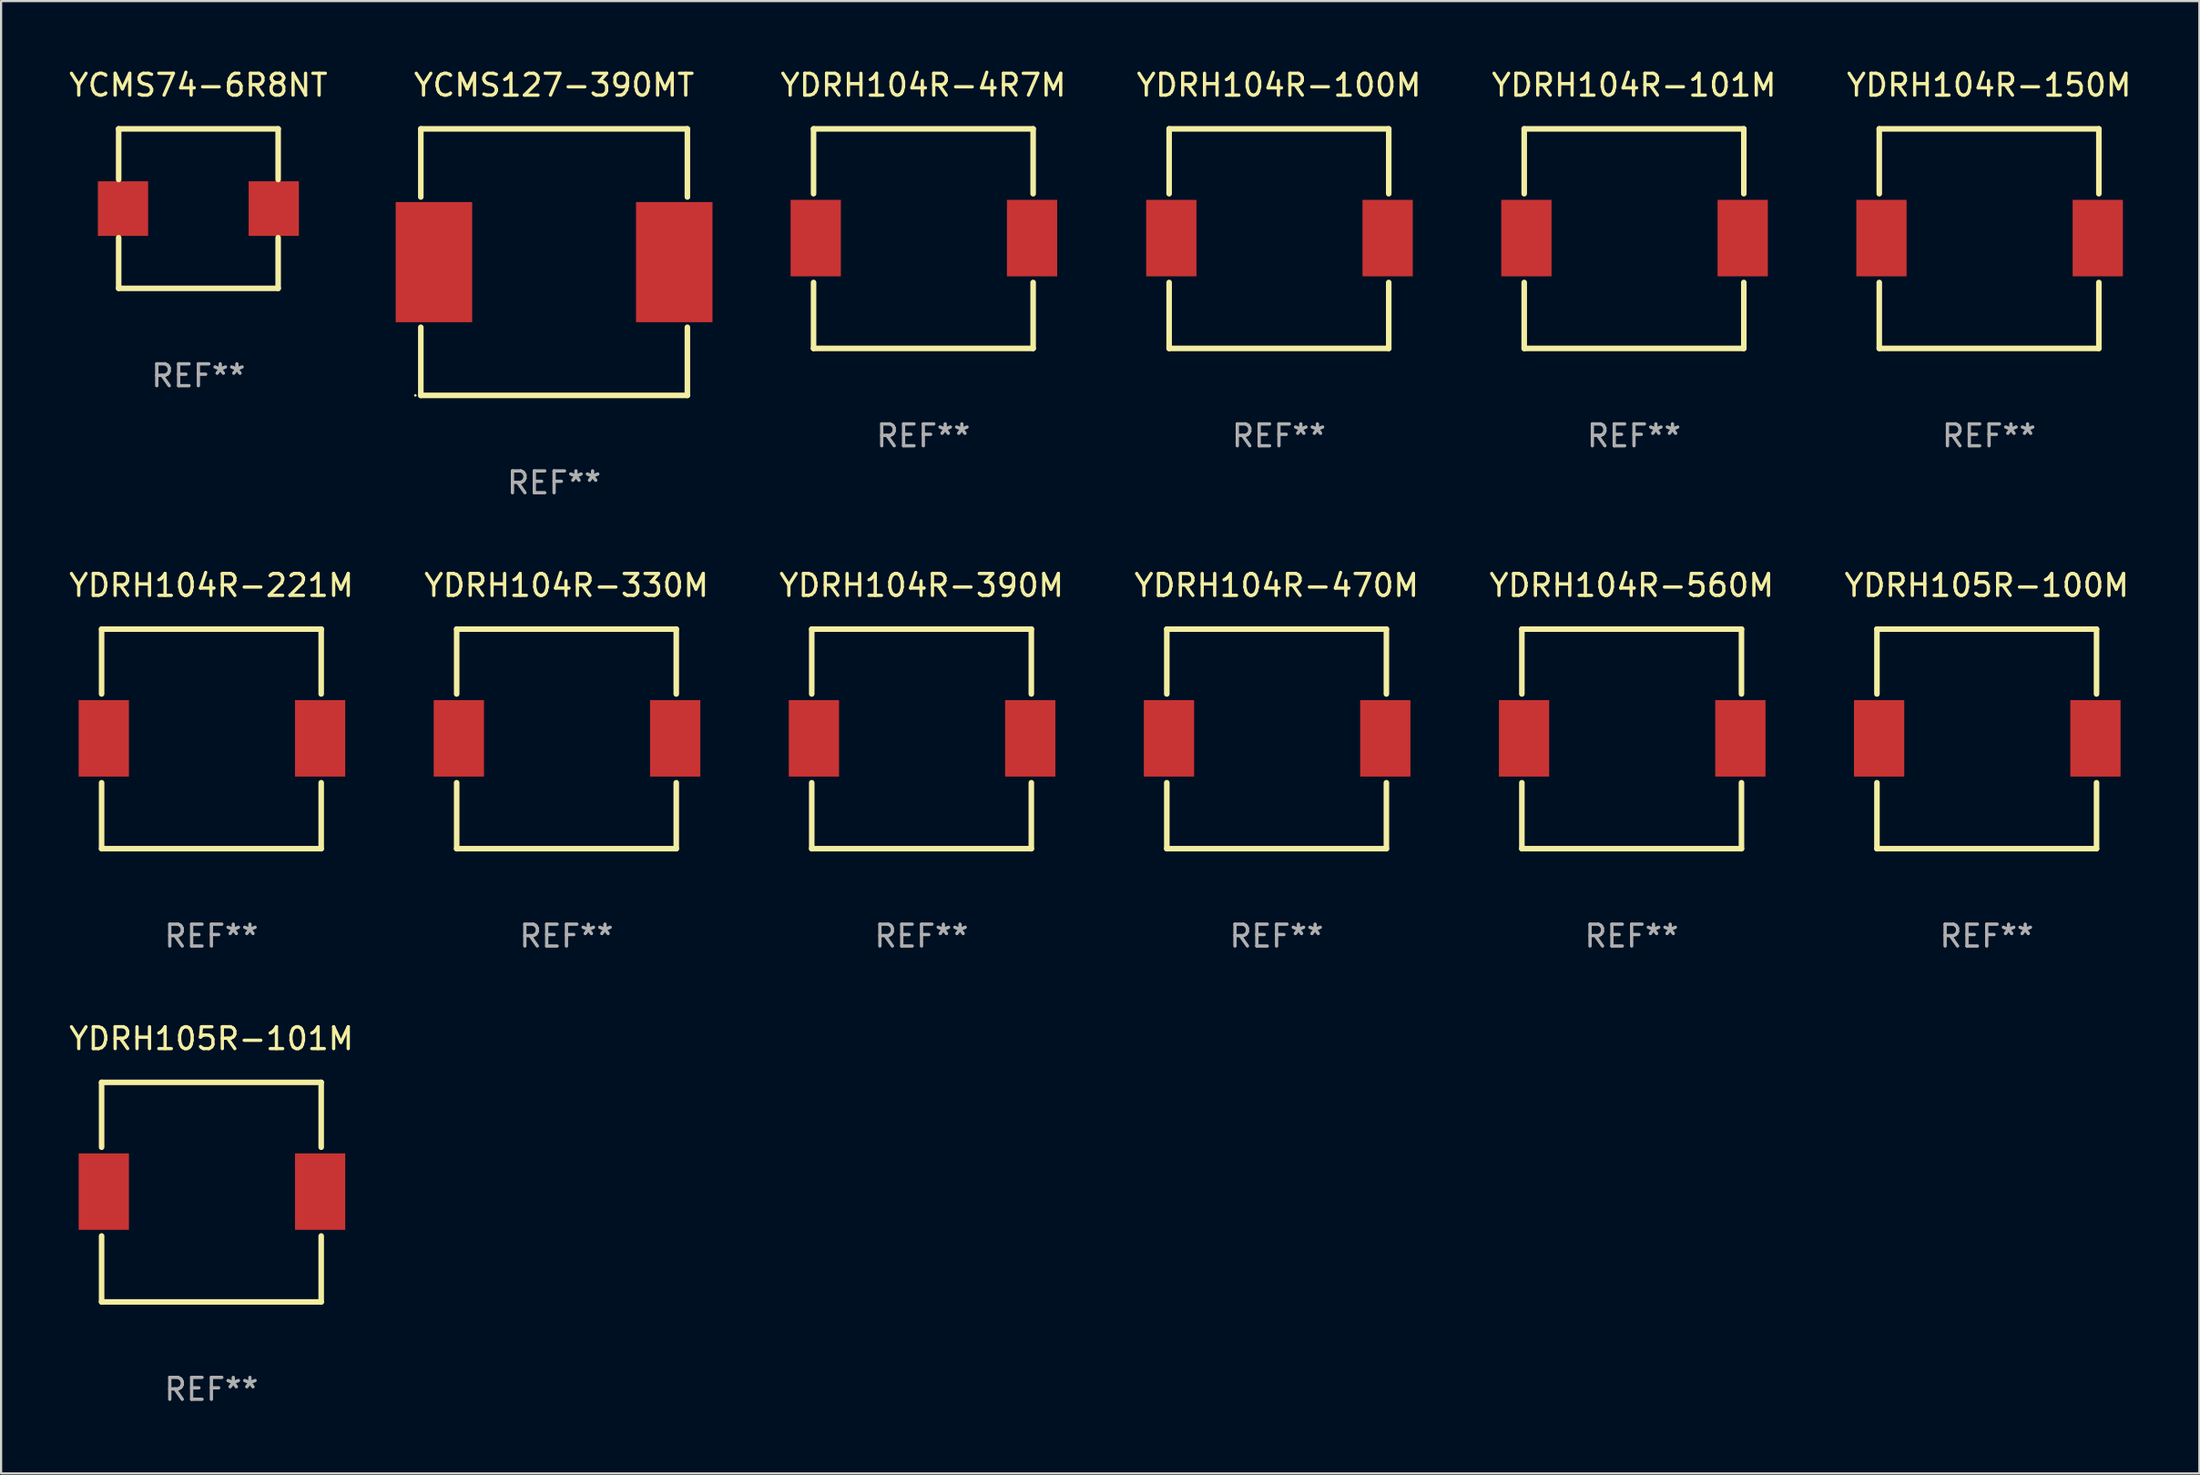
<source format=kicad_pcb>
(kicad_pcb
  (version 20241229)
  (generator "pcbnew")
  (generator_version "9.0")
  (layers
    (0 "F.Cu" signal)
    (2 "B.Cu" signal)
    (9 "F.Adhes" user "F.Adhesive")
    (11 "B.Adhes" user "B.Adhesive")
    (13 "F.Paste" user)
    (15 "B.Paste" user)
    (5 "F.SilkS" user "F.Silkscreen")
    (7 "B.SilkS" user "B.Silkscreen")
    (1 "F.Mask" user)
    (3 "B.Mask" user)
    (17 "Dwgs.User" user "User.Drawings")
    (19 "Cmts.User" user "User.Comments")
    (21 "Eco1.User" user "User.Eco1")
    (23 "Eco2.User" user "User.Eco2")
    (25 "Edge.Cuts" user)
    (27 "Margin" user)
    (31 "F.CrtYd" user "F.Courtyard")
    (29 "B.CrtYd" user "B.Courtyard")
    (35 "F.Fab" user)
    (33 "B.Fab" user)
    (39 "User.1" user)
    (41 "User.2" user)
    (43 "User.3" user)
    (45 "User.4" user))
  (footprint "YDRH104R-390M"
    (layer "F.Cu")
    (at 39.125 30.77)
    (property "Reference" "YDRH104R-390M" (at 0 -7.025 0) (layer "F.SilkS") (effects (font (size 1 1) (thickness 0.15))))
    (attr through_hole)
    (fp_line (start -5.025 -5.025) (end 5.025 -5.025) (stroke (width 0.254) (type solid)) (layer "F.SilkS"))
    (fp_line (start -5.025 -2.056) (end -5.025 -5.025) (stroke (width 0.254) (type solid)) (layer "F.SilkS"))
    (fp_line (start -5.025 5.025) (end -5.025 2.006) (stroke (width 0.254) (type solid)) (layer "F.SilkS"))
    (fp_line (start 5.025 -5.025) (end 5.025 -2.056) (stroke (width 0.254) (type solid)) (layer "F.SilkS"))
    (fp_line (start 5.025 2.006) (end 5.025 5.025) (stroke (width 0.254) (type solid)) (layer "F.SilkS"))
    (fp_line (start 5.025 5.025) (end -5.025 5.025) (stroke (width 0.254) (type solid)) (layer "F.SilkS"))
    (fp_circle (center -4.975 4.975) (end -4.945 4.975) (stroke (width 0.06) (type solid)) (fill no) (layer "F.SilkS"))
    (fp_text user "REF**" (at 0 9.025 0) (layer "F.Fab") (effects (font (size 1 1) (thickness 0.15))))
    (pad "1" smd rect (at -4.925 -0.025) (size 2.3 3.5) (layers "F.Cu" "F.Mask" "F.Paste"))
    (pad "2" smd rect (at 4.975 -0.025) (size 2.3 3.5) (layers "F.Cu" "F.Mask" "F.Paste")))
  (footprint "YDRH104R-101M"
    (layer "F.Cu")
    (at 71.732 7.873)
    (property "Reference" "YDRH104R-101M" (at 0 -7.025 0) (layer "F.SilkS") (effects (font (size 1 1) (thickness 0.15))))
    (attr through_hole)
    (fp_line (start -5.025 -5.025) (end 5.025 -5.025) (stroke (width 0.254) (type solid)) (layer "F.SilkS"))
    (fp_line (start -5.025 -2.056) (end -5.025 -5.025) (stroke (width 0.254) (type solid)) (layer "F.SilkS"))
    (fp_line (start -5.025 5.025) (end -5.025 2.006) (stroke (width 0.254) (type solid)) (layer "F.SilkS"))
    (fp_line (start 5.025 -5.025) (end 5.025 -2.056) (stroke (width 0.254) (type solid)) (layer "F.SilkS"))
    (fp_line (start 5.025 2.006) (end 5.025 5.025) (stroke (width 0.254) (type solid)) (layer "F.SilkS"))
    (fp_line (start 5.025 5.025) (end -5.025 5.025) (stroke (width 0.254) (type solid)) (layer "F.SilkS"))
    (fp_circle (center -4.975 4.975) (end -4.945 4.975) (stroke (width 0.06) (type solid)) (fill no) (layer "F.SilkS"))
    (fp_text user "REF**" (at 0 9.025 0) (layer "F.Fab") (effects (font (size 1 1) (thickness 0.15))))
    (pad "1" smd rect (at -4.925 -0.025) (size 2.3 3.5) (layers "F.Cu" "F.Mask" "F.Paste"))
    (pad "2" smd rect (at 4.975 -0.025) (size 2.3 3.5) (layers "F.Cu" "F.Mask" "F.Paste")))
  (footprint "YDRH104R-150M"
    (layer "F.Cu")
    (at 87.982 7.873)
    (property "Reference" "YDRH104R-150M" (at 0 -7.025 0) (layer "F.SilkS") (effects (font (size 1 1) (thickness 0.15))))
    (attr through_hole)
    (fp_line (start -5.025 -5.025) (end 5.025 -5.025) (stroke (width 0.254) (type solid)) (layer "F.SilkS"))
    (fp_line (start -5.025 -2.056) (end -5.025 -5.025) (stroke (width 0.254) (type solid)) (layer "F.SilkS"))
    (fp_line (start -5.025 5.025) (end -5.025 2.006) (stroke (width 0.254) (type solid)) (layer "F.SilkS"))
    (fp_line (start 5.025 -5.025) (end 5.025 -2.056) (stroke (width 0.254) (type solid)) (layer "F.SilkS"))
    (fp_line (start 5.025 2.006) (end 5.025 5.025) (stroke (width 0.254) (type solid)) (layer "F.SilkS"))
    (fp_line (start 5.025 5.025) (end -5.025 5.025) (stroke (width 0.254) (type solid)) (layer "F.SilkS"))
    (fp_circle (center -4.975 4.975) (end -4.945 4.975) (stroke (width 0.06) (type solid)) (fill no) (layer "F.SilkS"))
    (fp_text user "REF**" (at 0 9.025 0) (layer "F.Fab") (effects (font (size 1 1) (thickness 0.15))))
    (pad "1" smd rect (at -4.925 -0.025) (size 2.3 3.5) (layers "F.Cu" "F.Mask" "F.Paste"))
    (pad "2" smd rect (at 4.975 -0.025) (size 2.3 3.5) (layers "F.Cu" "F.Mask" "F.Paste")))
  (footprint "YCMS74-6R8NT"
    (layer "F.Cu")
    (at 6.03 6.498)
    (property "Reference" "YCMS74-6R8NT" (at 0 -5.65 0) (layer "F.SilkS") (effects (font (size 1 1) (thickness 0.15))))
    (attr through_hole)
    (fp_line (start -3.65 -3.65) (end 3.65 -3.65) (stroke (width 0.254) (type solid)) (layer "F.SilkS"))
    (fp_line (start -3.65 -1.331) (end -3.65 -3.65) (stroke (width 0.254) (type solid)) (layer "F.SilkS"))
    (fp_line (start -3.65 3.65) (end -3.65 1.331) (stroke (width 0.254) (type solid)) (layer "F.SilkS"))
    (fp_line (start 3.65 -3.65) (end 3.65 -1.331) (stroke (width 0.254) (type solid)) (layer "F.SilkS"))
    (fp_line (start 3.65 1.331) (end 3.65 3.65) (stroke (width 0.254) (type solid)) (layer "F.SilkS"))
    (fp_line (start 3.65 3.65) (end -3.65 3.65) (stroke (width 0.254) (type solid)) (layer "F.SilkS"))
    (fp_circle (center -3.65 3.65) (end -3.62 3.65) (stroke (width 0.06) (type solid)) (fill no) (layer "F.SilkS"))
    (fp_text user "REF**" (at 0 7.65 0) (layer "F.Fab") (effects (font (size 1 1) (thickness 0.15))))
    (pad "1" smd rect (at -3.45 0) (size 2.3 2.5) (layers "F.Cu" "F.Mask" "F.Paste"))
    (pad "2" smd rect (at 3.45 0) (size 2.3 2.5) (layers "F.Cu" "F.Mask" "F.Paste")))
  (footprint "YCMS127-390MT"
    (layer "F.Cu")
    (at 22.309 8.948)
    (property "Reference" "YCMS127-390MT" (at 0 -8.1 0) (layer "F.SilkS") (effects (font (size 1 1) (thickness 0.15))))
    (attr through_hole)
    (fp_line (start -6.1 -6.1) (end 6.1 -6.1) (stroke (width 0.254) (type solid)) (layer "F.SilkS"))
    (fp_line (start -6.1 -2.981) (end -6.1 -6.1) (stroke (width 0.254) (type solid)) (layer "F.SilkS"))
    (fp_line (start -6.1 6.1) (end -6.1 2.981) (stroke (width 0.254) (type solid)) (layer "F.SilkS"))
    (fp_line (start -6.1 6.1) (end 6.1 6.1) (stroke (width 0.254) (type solid)) (layer "F.SilkS"))
    (fp_line (start 6.1 -6.1) (end 6.1 -2.981) (stroke (width 0.254) (type solid)) (layer "F.SilkS"))
    (fp_line (start 6.1 2.981) (end 6.1 6.1) (stroke (width 0.254) (type solid)) (layer "F.SilkS"))
    (fp_circle (center -6.35 6.1) (end -6.32 6.1) (stroke (width 0.06) (type solid)) (fill no) (layer "F.SilkS"))
    (fp_text user "REF**" (at 0 10.1 0) (layer "F.Fab") (effects (font (size 1 1) (thickness 0.15))))
    (pad "1" smd rect (at -5.5 0 90) (size 5.5 3.5) (layers "F.Cu" "F.Mask" "F.Paste"))
    (pad "2" smd rect (at 5.5 0 90) (size 5.5 3.5) (layers "F.Cu" "F.Mask" "F.Paste")))
  (footprint "YDRH105R-100M"
    (layer "F.Cu")
    (at 87.875 30.77)
    (property "Reference" "YDRH105R-100M" (at 0 -7.025 0) (layer "F.SilkS") (effects (font (size 1 1) (thickness 0.15))))
    (attr through_hole)
    (fp_line (start -5.025 -5.025) (end 5.025 -5.025) (stroke (width 0.254) (type solid)) (layer "F.SilkS"))
    (fp_line (start -5.025 -2.056) (end -5.025 -5.025) (stroke (width 0.254) (type solid)) (layer "F.SilkS"))
    (fp_line (start -5.025 5.025) (end -5.025 2.006) (stroke (width 0.254) (type solid)) (layer "F.SilkS"))
    (fp_line (start 5.025 -5.025) (end 5.025 -2.056) (stroke (width 0.254) (type solid)) (layer "F.SilkS"))
    (fp_line (start 5.025 2.006) (end 5.025 5.025) (stroke (width 0.254) (type solid)) (layer "F.SilkS"))
    (fp_line (start 5.025 5.025) (end -5.025 5.025) (stroke (width 0.254) (type solid)) (layer "F.SilkS"))
    (fp_circle (center -4.975 4.975) (end -4.945 4.975) (stroke (width 0.06) (type solid)) (fill no) (layer "F.SilkS"))
    (fp_text user "REF**" (at 0 9.025 0) (layer "F.Fab") (effects (font (size 1 1) (thickness 0.15))))
    (pad "1" smd rect (at -4.925 -0.025) (size 2.3 3.5) (layers "F.Cu" "F.Mask" "F.Paste"))
    (pad "2" smd rect (at 4.975 -0.025) (size 2.3 3.5) (layers "F.Cu" "F.Mask" "F.Paste")))
  (footprint "YDRH104R-470M"
    (layer "F.Cu")
    (at 55.375 30.77)
    (property "Reference" "YDRH104R-470M" (at 0 -7.025 0) (layer "F.SilkS") (effects (font (size 1 1) (thickness 0.15))))
    (attr through_hole)
    (fp_line (start -5.025 -5.025) (end 5.025 -5.025) (stroke (width 0.254) (type solid)) (layer "F.SilkS"))
    (fp_line (start -5.025 -2.056) (end -5.025 -5.025) (stroke (width 0.254) (type solid)) (layer "F.SilkS"))
    (fp_line (start -5.025 5.025) (end -5.025 2.006) (stroke (width 0.254) (type solid)) (layer "F.SilkS"))
    (fp_line (start 5.025 -5.025) (end 5.025 -2.056) (stroke (width 0.254) (type solid)) (layer "F.SilkS"))
    (fp_line (start 5.025 2.006) (end 5.025 5.025) (stroke (width 0.254) (type solid)) (layer "F.SilkS"))
    (fp_line (start 5.025 5.025) (end -5.025 5.025) (stroke (width 0.254) (type solid)) (layer "F.SilkS"))
    (fp_circle (center -4.975 4.975) (end -4.945 4.975) (stroke (width 0.06) (type solid)) (fill no) (layer "F.SilkS"))
    (fp_text user "REF**" (at 0 9.025 0) (layer "F.Fab") (effects (font (size 1 1) (thickness 0.15))))
    (pad "1" smd rect (at -4.925 -0.025) (size 2.3 3.5) (layers "F.Cu" "F.Mask" "F.Paste"))
    (pad "2" smd rect (at 4.975 -0.025) (size 2.3 3.5) (layers "F.Cu" "F.Mask" "F.Paste")))
  (footprint "YDRH105R-101M"
    (layer "F.Cu")
    (at 6.625 51.516)
    (property "Reference" "YDRH105R-101M" (at 0 -7.025 0) (layer "F.SilkS") (effects (font (size 1 1) (thickness 0.15))))
    (attr through_hole)
    (fp_line (start -5.025 -5.025) (end 5.025 -5.025) (stroke (width 0.254) (type solid)) (layer "F.SilkS"))
    (fp_line (start -5.025 -2.056) (end -5.025 -5.025) (stroke (width 0.254) (type solid)) (layer "F.SilkS"))
    (fp_line (start -5.025 5.025) (end -5.025 2.006) (stroke (width 0.254) (type solid)) (layer "F.SilkS"))
    (fp_line (start 5.025 -5.025) (end 5.025 -2.056) (stroke (width 0.254) (type solid)) (layer "F.SilkS"))
    (fp_line (start 5.025 2.006) (end 5.025 5.025) (stroke (width 0.254) (type solid)) (layer "F.SilkS"))
    (fp_line (start 5.025 5.025) (end -5.025 5.025) (stroke (width 0.254) (type solid)) (layer "F.SilkS"))
    (fp_circle (center -4.975 4.975) (end -4.945 4.975) (stroke (width 0.06) (type solid)) (fill no) (layer "F.SilkS"))
    (fp_text user "REF**" (at 0 9.025 0) (layer "F.Fab") (effects (font (size 1 1) (thickness 0.15))))
    (pad "1" smd rect (at -4.925 -0.025) (size 2.3 3.5) (layers "F.Cu" "F.Mask" "F.Paste"))
    (pad "2" smd rect (at 4.975 -0.025) (size 2.3 3.5) (layers "F.Cu" "F.Mask" "F.Paste")))
  (footprint "YDRH104R-330M"
    (layer "F.Cu")
    (at 22.875 30.77)
    (property "Reference" "YDRH104R-330M" (at 0 -7.025 0) (layer "F.SilkS") (effects (font (size 1 1) (thickness 0.15))))
    (attr through_hole)
    (fp_line (start -5.025 -5.025) (end 5.025 -5.025) (stroke (width 0.254) (type solid)) (layer "F.SilkS"))
    (fp_line (start -5.025 -2.056) (end -5.025 -5.025) (stroke (width 0.254) (type solid)) (layer "F.SilkS"))
    (fp_line (start -5.025 5.025) (end -5.025 2.006) (stroke (width 0.254) (type solid)) (layer "F.SilkS"))
    (fp_line (start 5.025 -5.025) (end 5.025 -2.056) (stroke (width 0.254) (type solid)) (layer "F.SilkS"))
    (fp_line (start 5.025 2.006) (end 5.025 5.025) (stroke (width 0.254) (type solid)) (layer "F.SilkS"))
    (fp_line (start 5.025 5.025) (end -5.025 5.025) (stroke (width 0.254) (type solid)) (layer "F.SilkS"))
    (fp_circle (center -4.975 4.975) (end -4.945 4.975) (stroke (width 0.06) (type solid)) (fill no) (layer "F.SilkS"))
    (fp_text user "REF**" (at 0 9.025 0) (layer "F.Fab") (effects (font (size 1 1) (thickness 0.15))))
    (pad "1" smd rect (at -4.925 -0.025) (size 2.3 3.5) (layers "F.Cu" "F.Mask" "F.Paste"))
    (pad "2" smd rect (at 4.975 -0.025) (size 2.3 3.5) (layers "F.Cu" "F.Mask" "F.Paste")))
  (footprint "YDRH104R-4R7M"
    (layer "F.Cu")
    (at 39.208 7.873)
    (property "Reference" "YDRH104R-4R7M" (at 0 -7.025 0) (layer "F.SilkS") (effects (font (size 1 1) (thickness 0.15))))
    (attr through_hole)
    (fp_line (start -5.025 -5.025) (end 5.025 -5.025) (stroke (width 0.254) (type solid)) (layer "F.SilkS"))
    (fp_line (start -5.025 -2.056) (end -5.025 -5.025) (stroke (width 0.254) (type solid)) (layer "F.SilkS"))
    (fp_line (start -5.025 5.025) (end -5.025 2.006) (stroke (width 0.254) (type solid)) (layer "F.SilkS"))
    (fp_line (start 5.025 -5.025) (end 5.025 -2.056) (stroke (width 0.254) (type solid)) (layer "F.SilkS"))
    (fp_line (start 5.025 2.006) (end 5.025 5.025) (stroke (width 0.254) (type solid)) (layer "F.SilkS"))
    (fp_line (start 5.025 5.025) (end -5.025 5.025) (stroke (width 0.254) (type solid)) (layer "F.SilkS"))
    (fp_circle (center -4.975 4.975) (end -4.945 4.975) (stroke (width 0.06) (type solid)) (fill no) (layer "F.SilkS"))
    (fp_text user "REF**" (at 0 9.025 0) (layer "F.Fab") (effects (font (size 1 1) (thickness 0.15))))
    (pad "1" smd rect (at -4.925 -0.025) (size 2.3 3.5) (layers "F.Cu" "F.Mask" "F.Paste"))
    (pad "2" smd rect (at 4.975 -0.025) (size 2.3 3.5) (layers "F.Cu" "F.Mask" "F.Paste")))
  (footprint "YDRH104R-100M"
    (layer "F.Cu")
    (at 55.482 7.873)
    (property "Reference" "YDRH104R-100M" (at 0 -7.025 0) (layer "F.SilkS") (effects (font (size 1 1) (thickness 0.15))))
    (attr through_hole)
    (fp_line (start -5.025 -5.025) (end 5.025 -5.025) (stroke (width 0.254) (type solid)) (layer "F.SilkS"))
    (fp_line (start -5.025 -2.056) (end -5.025 -5.025) (stroke (width 0.254) (type solid)) (layer "F.SilkS"))
    (fp_line (start -5.025 5.025) (end -5.025 2.006) (stroke (width 0.254) (type solid)) (layer "F.SilkS"))
    (fp_line (start 5.025 -5.025) (end 5.025 -2.056) (stroke (width 0.254) (type solid)) (layer "F.SilkS"))
    (fp_line (start 5.025 2.006) (end 5.025 5.025) (stroke (width 0.254) (type solid)) (layer "F.SilkS"))
    (fp_line (start 5.025 5.025) (end -5.025 5.025) (stroke (width 0.254) (type solid)) (layer "F.SilkS"))
    (fp_circle (center -4.975 4.975) (end -4.945 4.975) (stroke (width 0.06) (type solid)) (fill no) (layer "F.SilkS"))
    (fp_text user "REF**" (at 0 9.025 0) (layer "F.Fab") (effects (font (size 1 1) (thickness 0.15))))
    (pad "1" smd rect (at -4.925 -0.025) (size 2.3 3.5) (layers "F.Cu" "F.Mask" "F.Paste"))
    (pad "2" smd rect (at 4.975 -0.025) (size 2.3 3.5) (layers "F.Cu" "F.Mask" "F.Paste")))
  (footprint "YDRH104R-560M"
    (layer "F.Cu")
    (at 71.625 30.77)
    (property "Reference" "YDRH104R-560M" (at 0 -7.025 0) (layer "F.SilkS") (effects (font (size 1 1) (thickness 0.15))))
    (attr through_hole)
    (fp_line (start -5.025 -5.025) (end 5.025 -5.025) (stroke (width 0.254) (type solid)) (layer "F.SilkS"))
    (fp_line (start -5.025 -2.056) (end -5.025 -5.025) (stroke (width 0.254) (type solid)) (layer "F.SilkS"))
    (fp_line (start -5.025 5.025) (end -5.025 2.006) (stroke (width 0.254) (type solid)) (layer "F.SilkS"))
    (fp_line (start 5.025 -5.025) (end 5.025 -2.056) (stroke (width 0.254) (type solid)) (layer "F.SilkS"))
    (fp_line (start 5.025 2.006) (end 5.025 5.025) (stroke (width 0.254) (type solid)) (layer "F.SilkS"))
    (fp_line (start 5.025 5.025) (end -5.025 5.025) (stroke (width 0.254) (type solid)) (layer "F.SilkS"))
    (fp_circle (center -4.975 4.975) (end -4.945 4.975) (stroke (width 0.06) (type solid)) (fill no) (layer "F.SilkS"))
    (fp_text user "REF**" (at 0 9.025 0) (layer "F.Fab") (effects (font (size 1 1) (thickness 0.15))))
    (pad "1" smd rect (at -4.925 -0.025) (size 2.3 3.5) (layers "F.Cu" "F.Mask" "F.Paste"))
    (pad "2" smd rect (at 4.975 -0.025) (size 2.3 3.5) (layers "F.Cu" "F.Mask" "F.Paste")))
  (footprint "YDRH104R-221M"
    (layer "F.Cu")
    (at 6.625 30.77)
    (property "Reference" "YDRH104R-221M" (at 0 -7.025 0) (layer "F.SilkS") (effects (font (size 1 1) (thickness 0.15))))
    (attr through_hole)
    (fp_line (start -5.025 -5.025) (end 5.025 -5.025) (stroke (width 0.254) (type solid)) (layer "F.SilkS"))
    (fp_line (start -5.025 -2.056) (end -5.025 -5.025) (stroke (width 0.254) (type solid)) (layer "F.SilkS"))
    (fp_line (start -5.025 5.025) (end -5.025 2.006) (stroke (width 0.254) (type solid)) (layer "F.SilkS"))
    (fp_line (start 5.025 -5.025) (end 5.025 -2.056) (stroke (width 0.254) (type solid)) (layer "F.SilkS"))
    (fp_line (start 5.025 2.006) (end 5.025 5.025) (stroke (width 0.254) (type solid)) (layer "F.SilkS"))
    (fp_line (start 5.025 5.025) (end -5.025 5.025) (stroke (width 0.254) (type solid)) (layer "F.SilkS"))
    (fp_circle (center -4.975 4.975) (end -4.945 4.975) (stroke (width 0.06) (type solid)) (fill no) (layer "F.SilkS"))
    (fp_text user "REF**" (at 0 9.025 0) (layer "F.Fab") (effects (font (size 1 1) (thickness 0.15))))
    (pad "1" smd rect (at -4.925 -0.025) (size 2.3 3.5) (layers "F.Cu" "F.Mask" "F.Paste"))
    (pad "2" smd rect (at 4.975 -0.025) (size 2.3 3.5) (layers "F.Cu" "F.Mask" "F.Paste")))
  (gr_rect
    (start -3 -3)
    (end 97.607 64.39)
    (stroke (width 0.1) (type default))
    (fill no)
    (layer "Edge.Cuts")))
</source>
